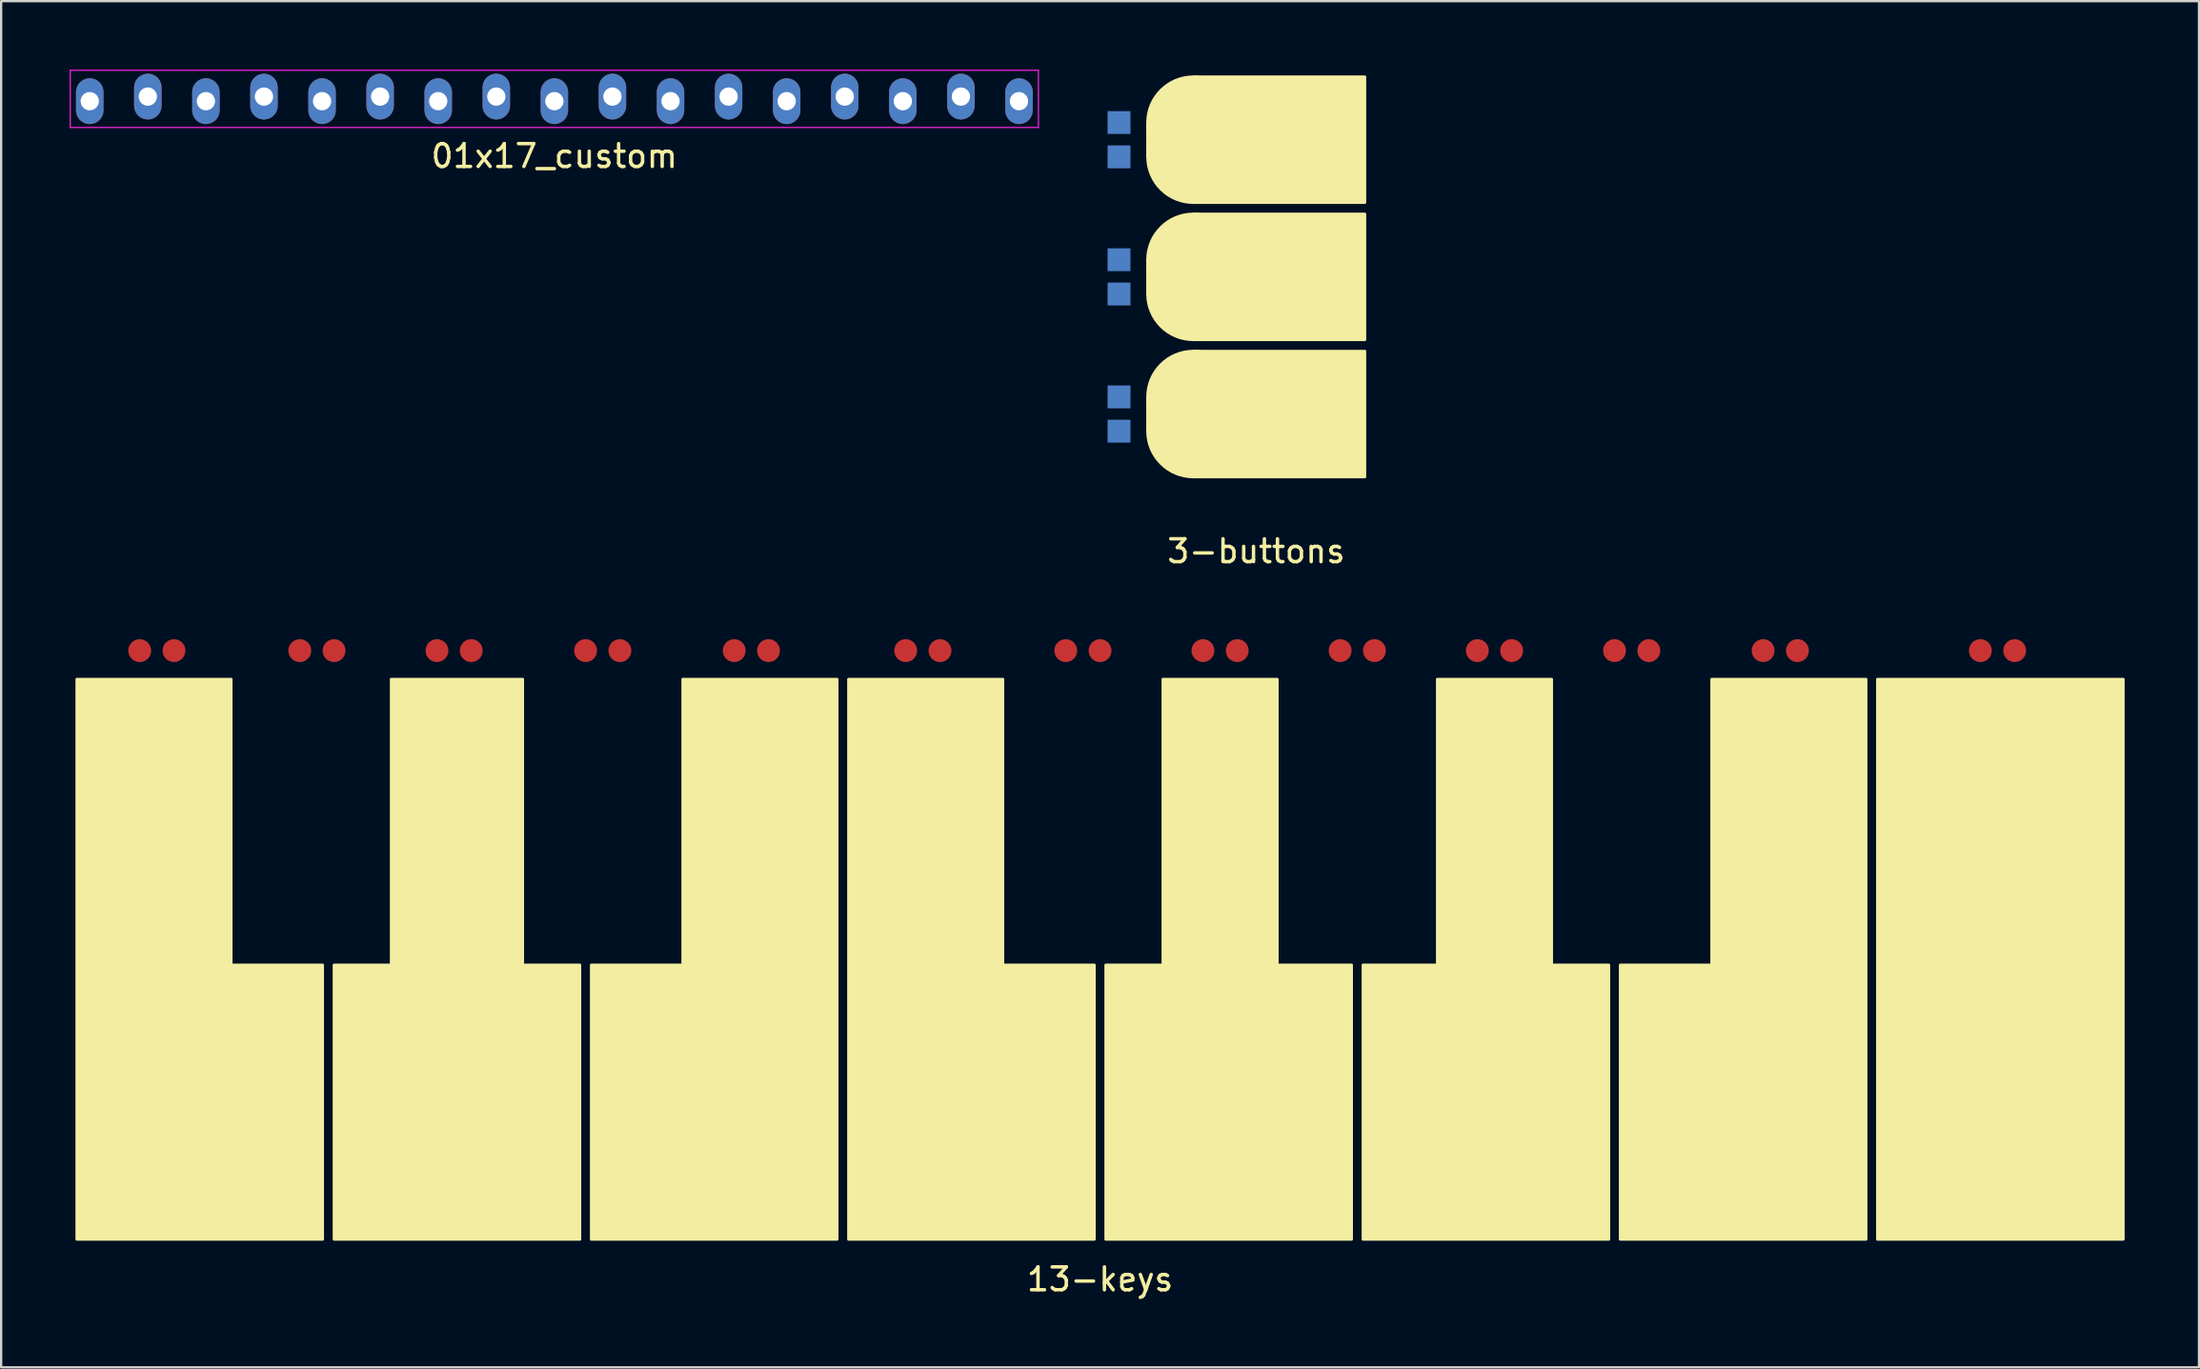
<source format=kicad_pcb>
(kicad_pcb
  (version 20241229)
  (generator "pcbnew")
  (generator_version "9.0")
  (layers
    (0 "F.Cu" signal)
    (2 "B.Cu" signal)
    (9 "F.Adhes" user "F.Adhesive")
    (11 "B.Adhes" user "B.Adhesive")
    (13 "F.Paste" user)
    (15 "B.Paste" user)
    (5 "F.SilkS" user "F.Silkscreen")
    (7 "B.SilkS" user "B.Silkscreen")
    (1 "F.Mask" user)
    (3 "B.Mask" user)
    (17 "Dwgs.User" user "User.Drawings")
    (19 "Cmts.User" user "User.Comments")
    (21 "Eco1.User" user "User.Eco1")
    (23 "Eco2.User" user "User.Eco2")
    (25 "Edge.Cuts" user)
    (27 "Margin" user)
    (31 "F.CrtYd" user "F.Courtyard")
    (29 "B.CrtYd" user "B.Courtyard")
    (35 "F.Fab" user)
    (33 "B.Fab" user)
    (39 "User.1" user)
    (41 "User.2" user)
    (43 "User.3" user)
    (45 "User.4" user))
  (footprint "01x17_custom"
    (layer "F.Cu")
    (at 21.195 1.275)
    (property "Reference" "01x17_custom" (at 0 2.5 0) (layer "F.SilkS") (effects (font (size 1 1) (thickness 0.15))))
    (fp_line (start -21.17 -1.25) (end 21.17 -1.25) (stroke (width 0.05) (type solid)) (layer "F.CrtYd"))
    (fp_line (start -21.17 1.25) (end -21.17 -1.25) (stroke (width 0.05) (type solid)) (layer "F.CrtYd"))
    (fp_line (start 21.17 -1.25) (end 21.17 1.25) (stroke (width 0.05) (type solid)) (layer "F.CrtYd"))
    (fp_line (start 21.17 1.25) (end -21.17 1.25) (stroke (width 0.05) (type solid)) (layer "F.CrtYd"))
    (pad "1" thru_hole oval (at -20.32 0.1) (size 1.2 2) (drill 0.8) (layers "*.Cu" "*.Mask"))
    (pad "2" thru_hole oval (at -17.78 -0.1) (size 1.2 2) (drill 0.8) (layers "*.Cu" "*.Mask"))
    (pad "3" thru_hole oval (at -15.24 0.1) (size 1.2 2) (drill 0.8) (layers "*.Cu" "*.Mask"))
    (pad "4" thru_hole oval (at -12.7 -0.1) (size 1.2 2) (drill 0.8) (layers "*.Cu" "*.Mask"))
    (pad "5" thru_hole oval (at -10.16 0.1) (size 1.2 2) (drill 0.8) (layers "*.Cu" "*.Mask"))
    (pad "6" thru_hole oval (at -7.62 -0.1) (size 1.2 2) (drill 0.8) (layers "*.Cu" "*.Mask"))
    (pad "7" thru_hole oval (at -5.08 0.1) (size 1.2 2) (drill 0.8) (layers "*.Cu" "*.Mask"))
    (pad "8" thru_hole oval (at -2.54 -0.1) (size 1.2 2) (drill 0.8) (layers "*.Cu" "*.Mask"))
    (pad "9" thru_hole oval (at 0 0.1) (size 1.2 2) (drill 0.8) (layers "*.Cu" "*.Mask"))
    (pad "10" thru_hole oval (at 2.54 -0.1) (size 1.2 2) (drill 0.8) (layers "*.Cu" "*.Mask"))
    (pad "11" thru_hole oval (at 5.08 0.1) (size 1.2 2) (drill 0.8) (layers "*.Cu" "*.Mask"))
    (pad "12" thru_hole oval (at 7.62 -0.1) (size 1.2 2) (drill 0.8) (layers "*.Cu" "*.Mask"))
    (pad "13" thru_hole oval (at 10.16 0.1) (size 1.2 2) (drill 0.8) (layers "*.Cu" "*.Mask"))
    (pad "14" thru_hole oval (at 12.7 -0.1) (size 1.2 2) (drill 0.8) (layers "*.Cu" "*.Mask"))
    (pad "15" thru_hole oval (at 15.24 0.1) (size 1.2 2) (drill 0.8) (layers "*.Cu" "*.Mask"))
    (pad "16" thru_hole oval (at 17.78 -0.1) (size 1.2 2) (drill 0.8) (layers "*.Cu" "*.Mask"))
    (pad "17" thru_hole oval (at 20.32 0.1) (size 1.2 2) (drill 0.8) (layers "*.Cu" "*.Mask")))
  (footprint "3-buttons"
    (layer "F.Cu")
    (at 51.89 9.06)
    (property "Reference" "3-buttons" (at 0 12 0) (unlocked yes) (layer "F.SilkS") (effects (font (size 1 1) (thickness 0.15))))
    (fp_circle (center -2.75 -6.75) (end -2.75 -6.75) (stroke (width 0.12) (type solid)) (fill no) (layer "F.SilkS"))
    (fp_circle (center -2.75 -6.75) (end -0.75 -6.75) (stroke (width 0.12) (type solid)) (fill yes) (layer "F.SilkS"))
    (fp_circle (center -2.75 -5.25) (end -2.75 -5.25) (stroke (width 0.12) (type solid)) (fill no) (layer "F.SilkS"))
    (fp_circle (center -2.75 -5.25) (end -0.75 -5.25) (stroke (width 0.12) (type solid)) (fill yes) (layer "F.SilkS"))
    (fp_circle (center -2.75 -0.75) (end -0.75 -0.75) (stroke (width 0.12) (type solid)) (fill yes) (layer "F.SilkS"))
    (fp_circle (center -2.75 0.75) (end -0.75 0.75) (stroke (width 0.12) (type solid)) (fill yes) (layer "F.SilkS"))
    (fp_circle (center -2.75 5.25) (end -0.75 5.25) (stroke (width 0.12) (type solid)) (fill yes) (layer "F.SilkS"))
    (fp_circle (center -2.75 6.75) (end -0.75 6.75) (stroke (width 0.12) (type solid)) (fill yes) (layer "F.SilkS"))
    (fp_poly (pts (xy 4.75 -3.25) (xy -2.75 -3.25) (xy -2.75 -5.25) (xy -4.75 -5.25) (xy -4.75 -6.75) (xy -2.75 -6.75) (xy -2.75 -8.75) (xy 4.75 -8.75)) (stroke (width 0.12) (type solid)) (fill yes) (layer "F.SilkS"))
    (fp_poly (pts (xy 4.75 2.75) (xy -2.75 2.75) (xy -2.75 0.75) (xy -4.75 0.75) (xy -4.75 -0.75) (xy -2.75 -0.75) (xy -2.75 -2.75) (xy 4.75 -2.75)) (stroke (width 0.12) (type solid)) (fill yes) (layer "F.SilkS"))
    (fp_poly (pts (xy 4.75 8.75) (xy -2.75 8.75) (xy -2.75 6.75) (xy -4.75 6.75) (xy -4.75 5.25) (xy -2.75 5.25) (xy -2.75 3.25) (xy 4.75 3.25)) (stroke (width 0.12) (type solid)) (fill yes) (layer "F.SilkS"))
    (fp_line (start -5 -3) (end 5 -3) (stroke (width 0.12) (type solid)) (layer "User.1"))
    (fp_line (start -5 3) (end 5 3) (stroke (width 0.12) (type solid)) (layer "User.1"))
    (fp_rect (start -5 -9) (end 5 9) (stroke (width 0.12) (type solid)) (fill no) (layer "User.1"))
    (fp_circle (center -2.75 -6.75) (end -2.75 -6.75) (stroke (width 0.12) (type solid)) (fill no) (layer "User.1"))
    (fp_circle (center -2.75 -5.25) (end -2.75 -5.25) (stroke (width 0.12) (type solid)) (fill no) (layer "User.1"))
    (pad "7" smd rect (at -6 -6.75) (size 1 1) (layers "B.Cu" "B.Mask" "B.Paste"))
    (pad "8" smd rect (at -6 -0.75) (size 1 1) (layers "B.Cu" "B.Mask" "B.Paste"))
    (pad "8" smd rect (at -6 5.25) (size 1 1) (layers "B.Cu" "B.Mask" "B.Paste"))
    (pad "9" smd rect (at -6 0.75) (size 1 1) (layers "B.Cu" "B.Mask" "B.Paste"))
    (pad "10" smd rect (at -6 -5.25) (size 1 1) (layers "B.Cu" "B.Mask" "B.Paste"))
    (pad "10" smd rect (at -6 6.75) (size 1 1) (layers "B.Cu" "B.Mask" "B.Paste")))
  (footprint "13-keys"
    (layer "F.Cu")
    (at 45.06 38.908)
    (property "Reference" "13-keys" (at 0 14 0) (unlocked yes) (layer "F.SilkS") (effects (font (size 1 1) (thickness 0.15))))
    (fp_poly (pts (xy 44.75 12.25) (xy 34 12.25) (xy 34 -12.25) (xy 44.75 -12.25)) (stroke (width 0.12) (type solid)) (fill yes) (layer "F.SilkS"))
    (fp_poly (pts (xy -38 0.25) (xy -34 0.25) (xy -34 12.25) (xy -44.75 12.25) (xy -44.75 -12.25) (xy -38 -12.25)) (stroke (width 0.12) (type solid)) (fill yes) (layer "F.SilkS"))
    (fp_poly (pts (xy -11.5 12.25) (xy -22.25 12.25) (xy -22.25 0.25) (xy -18.25 0.25) (xy -18.25 -12.25) (xy -11.5 -12.25)) (stroke (width 0.12) (type solid)) (fill yes) (layer "F.SilkS"))
    (fp_poly (pts (xy -4.25 0.25) (xy -0.25 0.25) (xy -0.25 12.25) (xy -11 12.25) (xy -11 -12.25) (xy -4.25 -12.25)) (stroke (width 0.12) (type solid)) (fill yes) (layer "F.SilkS"))
    (fp_poly (pts (xy 33.5 12.25) (xy 22.75 12.25) (xy 22.75 0.25) (xy 26.75 0.25) (xy 26.75 -12.25) (xy 33.5 -12.25)) (stroke (width 0.12) (type solid)) (fill yes) (layer "F.SilkS"))
    (fp_poly (pts (xy -25.25 0.25) (xy -22.75 0.25) (xy -22.75 12.25) (xy -33.5 12.25) (xy -33.5 0.25) (xy -31 0.25) (xy -31 -12.25) (xy -25.25 -12.25)) (stroke (width 0.12) (type solid)) (fill yes) (layer "F.SilkS"))
    (fp_poly (pts (xy 7.75 0.25) (xy 11 0.25) (xy 11 12.25) (xy 0.25 12.25) (xy 0.25 0.25) (xy 2.75 0.25) (xy 2.75 -12.25) (xy 7.75 -12.25)) (stroke (width 0.12) (type solid)) (fill yes) (layer "F.SilkS"))
    (fp_poly (pts (xy 19.75 0.25) (xy 22.25 0.25) (xy 22.25 12.25) (xy 11.5 12.25) (xy 11.5 0.25) (xy 14.75 0.25) (xy 14.75 -12.25) (xy 19.75 -12.25)) (stroke (width 0.12) (type solid)) (fill yes) (layer "F.SilkS"))
    (fp_line (start -37.75 0) (end -37.75 -12.5) (stroke (width 0.12) (type solid)) (layer "User.1"))
    (fp_line (start -33.75 12.5) (end -33.75 -12.5) (stroke (width 0.12) (type solid)) (layer "User.1"))
    (fp_line (start -31.25 0) (end -37.75 0) (stroke (width 0.12) (type solid)) (layer "User.1"))
    (fp_line (start -31.25 0) (end -31.25 -12.5) (stroke (width 0.12) (type solid)) (layer "User.1"))
    (fp_line (start -25 0) (end -25 -12.5) (stroke (width 0.12) (type solid)) (layer "User.1"))
    (fp_line (start -25 0) (end -18.5 0) (stroke (width 0.12) (type solid)) (layer "User.1"))
    (fp_line (start -22.5 -12.5) (end -22.5 12.5) (stroke (width 0.12) (type solid)) (layer "User.1"))
    (fp_line (start -18.5 0) (end -18.5 -12.5) (stroke (width 0.12) (type solid)) (layer "User.1"))
    (fp_line (start -11.25 12.5) (end -11.25 -12.5) (stroke (width 0.12) (type solid)) (layer "User.1"))
    (fp_line (start -4 -12.5) (end -4 0) (stroke (width 0.12) (type solid)) (layer "User.1"))
    (fp_line (start -4 0) (end 2.5 0) (stroke (width 0.12) (type solid)) (layer "User.1"))
    (fp_line (start 0 -12.5) (end 0 12.5) (stroke (width 0.12) (type solid)) (layer "User.1"))
    (fp_line (start 2.5 0) (end 2.5 -12.5) (stroke (width 0.12) (type solid)) (layer "User.1"))
    (fp_line (start 8 0) (end 8 -12.5) (stroke (width 0.12) (type solid)) (layer "User.1"))
    (fp_line (start 8 0) (end 14.5 0) (stroke (width 0.12) (type solid)) (layer "User.1"))
    (fp_line (start 11.25 -12.5) (end 11.25 12.5) (stroke (width 0.12) (type solid)) (layer "User.1"))
    (fp_line (start 14.5 0) (end 14.5 -12.5) (stroke (width 0.12) (type solid)) (layer "User.1"))
    (fp_line (start 20 0) (end 20 -12.5) (stroke (width 0.12) (type solid)) (layer "User.1"))
    (fp_line (start 22.5 12.5) (end 22.5 -12.5) (stroke (width 0.12) (type solid)) (layer "User.1"))
    (fp_line (start 26.5 -12.5) (end 26.5 0) (stroke (width 0.12) (type solid)) (layer "User.1"))
    (fp_line (start 26.5 0) (end 20 0) (stroke (width 0.12) (type solid)) (layer "User.1"))
    (fp_line (start 33.75 -12.5) (end 33.75 12.5) (stroke (width 0.12) (type solid)) (layer "User.1"))
    (fp_rect (start -45 -12.5) (end 45 12.5) (stroke (width 0.12) (type solid)) (fill no) (layer "User.1"))
    (pad "1" smd circle (at -42 -13.5) (size 1 1) (layers "F.Cu" "F.Mask" "F.Paste"))
    (pad "1" smd circle (at -35 -13.5) (size 1 1) (layers "F.Cu" "F.Mask" "F.Paste"))
    (pad "2" smd circle (at -29 -13.5) (size 1 1) (layers "F.Cu" "F.Mask" "F.Paste"))
    (pad "2" smd circle (at -22.5 -13.5) (size 1 1) (layers "F.Cu" "F.Mask" "F.Paste"))
    (pad "3" smd circle (at -16 -13.5) (size 1 1) (layers "F.Cu" "F.Mask" "F.Paste"))
    (pad "3" smd circle (at -8.5 -13.5) (size 1 1) (layers "F.Cu" "F.Mask" "F.Paste"))
    (pad "4" smd circle (at -1.5 -13.5) (size 1 1) (layers "F.Cu" "F.Mask" "F.Paste"))
    (pad "4" smd circle (at 4.5 -13.5) (size 1 1) (layers "F.Cu" "F.Mask" "F.Paste"))
    (pad "5" smd circle (at 10.5 -13.5) (size 1 1) (layers "F.Cu" "F.Mask" "F.Paste"))
    (pad "5" smd circle (at 16.5 -13.5) (size 1 1) (layers "F.Cu" "F.Mask" "F.Paste"))
    (pad "6" smd circle (at 22.5 -13.5) (size 1 1) (layers "F.Cu" "F.Mask" "F.Paste"))
    (pad "6" smd circle (at 29 -13.5) (size 1 1) (layers "F.Cu" "F.Mask" "F.Paste"))
    (pad "7" smd circle (at 38.5 -13.5) (size 1 1) (layers "F.Cu" "F.Mask" "F.Paste"))
    (pad "9" smd circle (at -40.5 -13.5) (size 1 1) (layers "F.Cu" "F.Mask" "F.Paste"))
    (pad "9" smd circle (at -27.5 -13.5) (size 1 1) (layers "F.Cu" "F.Mask" "F.Paste"))
    (pad "9" smd circle (at -14.5 -13.5) (size 1 1) (layers "F.Cu" "F.Mask" "F.Paste"))
    (pad "9" smd circle (at 0 -13.5) (size 1 1) (layers "F.Cu" "F.Mask" "F.Paste"))
    (pad "9" smd circle (at 12 -13.5) (size 1 1) (layers "F.Cu" "F.Mask" "F.Paste"))
    (pad "9" smd circle (at 24 -13.5) (size 1 1) (layers "F.Cu" "F.Mask" "F.Paste"))
    (pad "9" smd circle (at 40 -13.5) (size 1 1) (layers "F.Cu" "F.Mask" "F.Paste"))
    (pad "10" smd circle (at -33.5 -13.5) (size 1 1) (layers "F.Cu" "F.Mask" "F.Paste"))
    (pad "10" smd circle (at -21 -13.5) (size 1 1) (layers "F.Cu" "F.Mask" "F.Paste"))
    (pad "10" smd circle (at -7 -13.5) (size 1 1) (layers "F.Cu" "F.Mask" "F.Paste"))
    (pad "10" smd circle (at 6 -13.5) (size 1 1) (layers "F.Cu" "F.Mask" "F.Paste"))
    (pad "10" smd circle (at 18 -13.5) (size 1 1) (layers "F.Cu" "F.Mask" "F.Paste"))
    (pad "10" smd circle (at 30.5 -13.5) (size 1 1) (layers "F.Cu" "F.Mask" "F.Paste")))
  (gr_rect
    (start -3 -3)
    (end 93.12 56.757)
    (stroke (width 0.1) (type default))
    (fill no)
    (layer "Edge.Cuts")))
</source>
